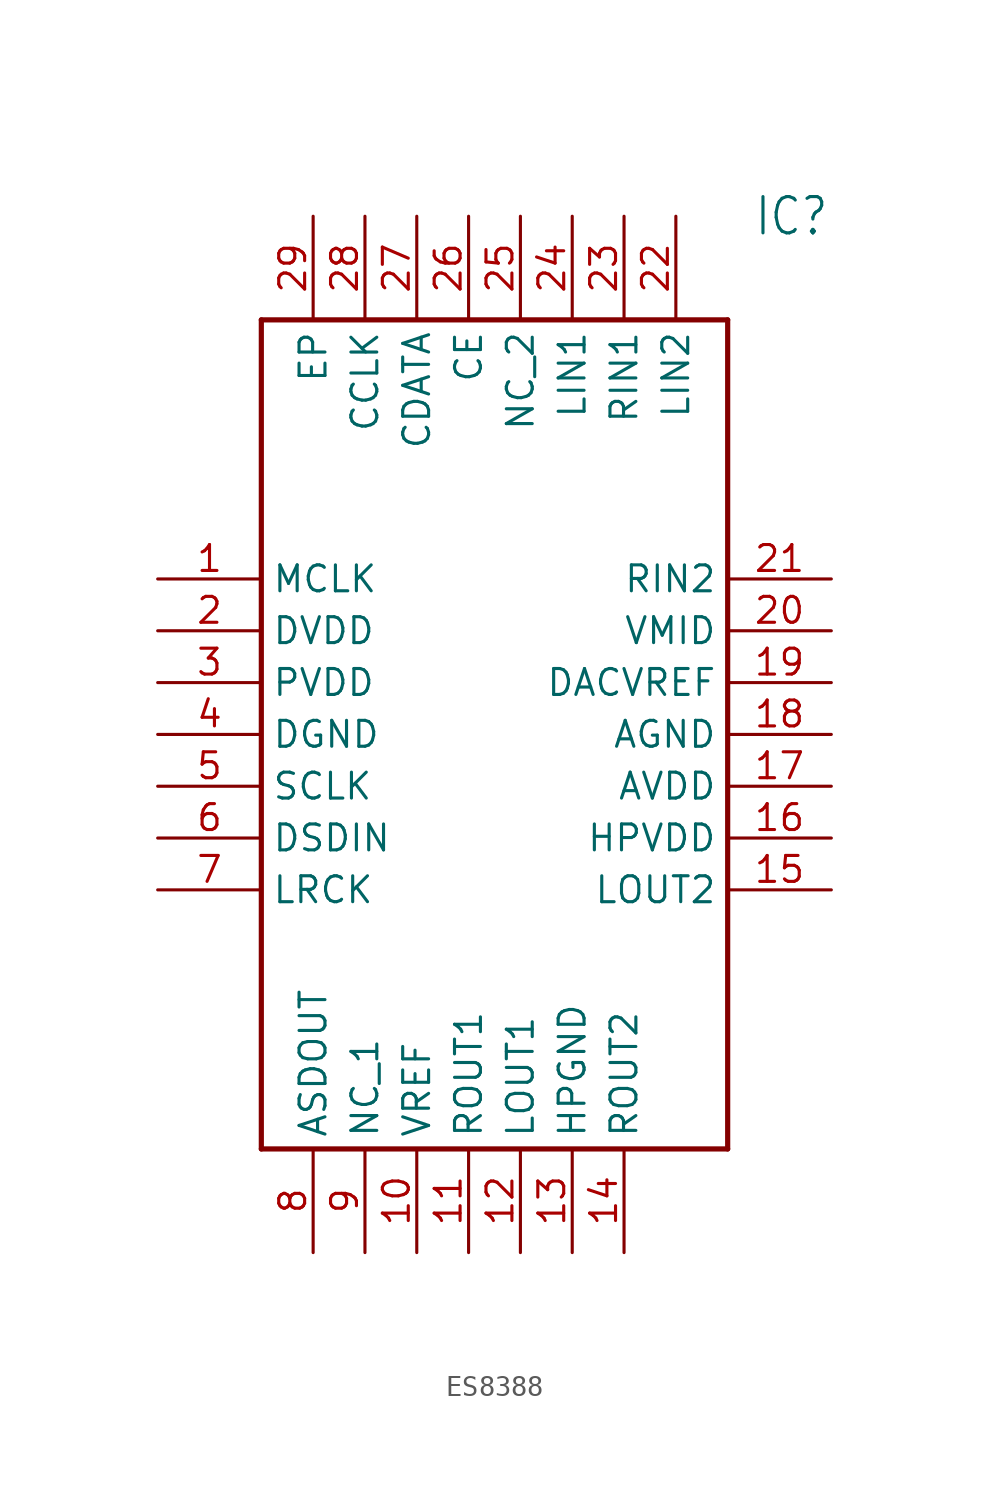
<source format=kicad_sym>
(kicad_symbol_lib
  (version 20231120)
  (generator "kicad_symbol_editor")
  (generator_version "8.0")
  (symbol "ES8388"
    (property "Reference" "IC"
      (at 29.21 17.78 0)
      (effects (font (size 1.778 1.511)) (justify left)))
    (property "Value" ""
      (at 29.21 15.24 0)
      (effects (font (size 1.778 1.511)) (justify left)))
    (property "ki_locked" ""
      (at 0 0 0)
      (effects (font (size 1.27 1.27))))
    (symbol "ES8388_1_0"
      (polyline (pts (xy 5.08 12.7) (xy 5.08 -27.94)) (stroke (width 0.254) (type solid)) (fill (type none)))
      (polyline (pts (xy 5.08 12.7) (xy 27.94 12.7)) (stroke (width 0.254) (type solid)) (fill (type none)))
      (polyline (pts (xy 27.94 -27.94) (xy 5.08 -27.94)) (stroke (width 0.254) (type solid)) (fill (type none)))
      (polyline (pts (xy 27.94 -27.94) (xy 27.94 12.7)) (stroke (width 0.254) (type solid)) (fill (type none)))
      (pin bidirectional line (at 0 0 0) (length 5.08) (name "MCLK" (effects (font (size 1.27 1.27)))) (number "1" (effects (font (size 1.27 1.27)))))
      (pin bidirectional line (at 12.7 -33.02 90) (length 5.08) (name "VREF" (effects (font (size 1.27 1.27)))) (number "10" (effects (font (size 1.27 1.27)))))
      (pin bidirectional line (at 15.24 -33.02 90) (length 5.08) (name "ROUT1" (effects (font (size 1.27 1.27)))) (number "11" (effects (font (size 1.27 1.27)))))
      (pin bidirectional line (at 17.78 -33.02 90) (length 5.08) (name "LOUT1" (effects (font (size 1.27 1.27)))) (number "12" (effects (font (size 1.27 1.27)))))
      (pin bidirectional line (at 20.32 -33.02 90) (length 5.08) (name "HPGND" (effects (font (size 1.27 1.27)))) (number "13" (effects (font (size 1.27 1.27)))))
      (pin bidirectional line (at 22.86 -33.02 90) (length 5.08) (name "ROUT2" (effects (font (size 1.27 1.27)))) (number "14" (effects (font (size 1.27 1.27)))))
      (pin bidirectional line (at 33.02 -15.24 180) (length 5.08) (name "LOUT2" (effects (font (size 1.27 1.27)))) (number "15" (effects (font (size 1.27 1.27)))))
      (pin bidirectional line (at 33.02 -12.7 180) (length 5.08) (name "HPVDD" (effects (font (size 1.27 1.27)))) (number "16" (effects (font (size 1.27 1.27)))))
      (pin bidirectional line (at 33.02 -10.16 180) (length 5.08) (name "AVDD" (effects (font (size 1.27 1.27)))) (number "17" (effects (font (size 1.27 1.27)))))
      (pin bidirectional line (at 33.02 -7.62 180) (length 5.08) (name "AGND" (effects (font (size 1.27 1.27)))) (number "18" (effects (font (size 1.27 1.27)))))
      (pin bidirectional line (at 33.02 -5.08 180) (length 5.08) (name "DACVREF" (effects (font (size 1.27 1.27)))) (number "19" (effects (font (size 1.27 1.27)))))
      (pin bidirectional line (at 0 -2.54 0) (length 5.08) (name "DVDD" (effects (font (size 1.27 1.27)))) (number "2" (effects (font (size 1.27 1.27)))))
      (pin bidirectional line (at 33.02 -2.54 180) (length 5.08) (name "VMID" (effects (font (size 1.27 1.27)))) (number "20" (effects (font (size 1.27 1.27)))))
      (pin bidirectional line (at 33.02 0 180) (length 5.08) (name "RIN2" (effects (font (size 1.27 1.27)))) (number "21" (effects (font (size 1.27 1.27)))))
      (pin bidirectional line (at 25.4 17.78 270) (length 5.08) (name "LIN2" (effects (font (size 1.27 1.27)))) (number "22" (effects (font (size 1.27 1.27)))))
      (pin bidirectional line (at 22.86 17.78 270) (length 5.08) (name "RIN1" (effects (font (size 1.27 1.27)))) (number "23" (effects (font (size 1.27 1.27)))))
      (pin bidirectional line (at 20.32 17.78 270) (length 5.08) (name "LIN1" (effects (font (size 1.27 1.27)))) (number "24" (effects (font (size 1.27 1.27)))))
      (pin bidirectional line (at 17.78 17.78 270) (length 5.08) (name "NC_2" (effects (font (size 1.27 1.27)))) (number "25" (effects (font (size 1.27 1.27)))))
      (pin bidirectional line (at 15.24 17.78 270) (length 5.08) (name "CE" (effects (font (size 1.27 1.27)))) (number "26" (effects (font (size 1.27 1.27)))))
      (pin bidirectional line (at 12.7 17.78 270) (length 5.08) (name "CDATA" (effects (font (size 1.27 1.27)))) (number "27" (effects (font (size 1.27 1.27)))))
      (pin bidirectional line (at 10.16 17.78 270) (length 5.08) (name "CCLK" (effects (font (size 1.27 1.27)))) (number "28" (effects (font (size 1.27 1.27)))))
      (pin bidirectional line (at 7.62 17.78 270) (length 5.08) (name "EP" (effects (font (size 1.27 1.27)))) (number "29" (effects (font (size 1.27 1.27)))))
      (pin bidirectional line (at 0 -5.08 0) (length 5.08) (name "PVDD" (effects (font (size 1.27 1.27)))) (number "3" (effects (font (size 1.27 1.27)))))
      (pin bidirectional line (at 0 -7.62 0) (length 5.08) (name "DGND" (effects (font (size 1.27 1.27)))) (number "4" (effects (font (size 1.27 1.27)))))
      (pin bidirectional line (at 0 -10.16 0) (length 5.08) (name "SCLK" (effects (font (size 1.27 1.27)))) (number "5" (effects (font (size 1.27 1.27)))))
      (pin bidirectional line (at 0 -12.7 0) (length 5.08) (name "DSDIN" (effects (font (size 1.27 1.27)))) (number "6" (effects (font (size 1.27 1.27)))))
      (pin bidirectional line (at 0 -15.24 0) (length 5.08) (name "LRCK" (effects (font (size 1.27 1.27)))) (number "7" (effects (font (size 1.27 1.27)))))
      (pin bidirectional line (at 7.62 -33.02 90) (length 5.08) (name "ASDOUT" (effects (font (size 1.27 1.27)))) (number "8" (effects (font (size 1.27 1.27)))))
      (pin bidirectional line (at 10.16 -33.02 90) (length 5.08) (name "NC_1" (effects (font (size 1.27 1.27)))) (number "9" (effects (font (size 1.27 1.27))))))))
</source>
